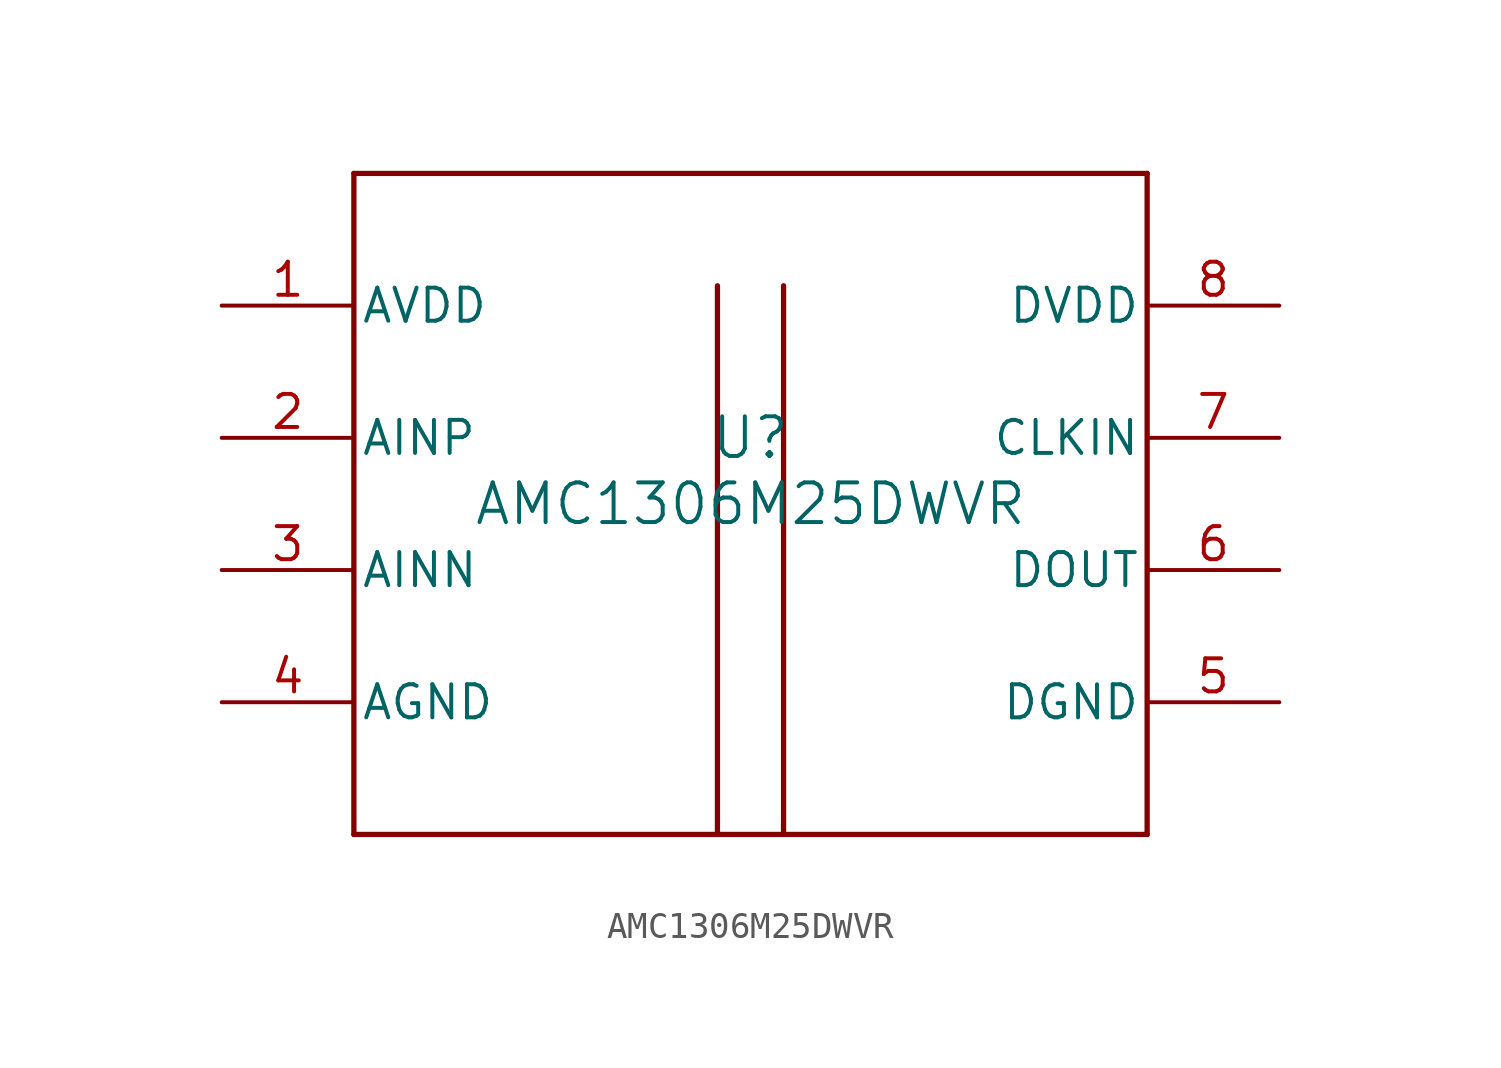
<source format=kicad_sym>
(kicad_symbol_lib
  (version 20211014)
  (generator kicad_symbol_editor)
  (symbol "AMC1306M25DWVR"
    (pin_names
      (offset 0.254))
    (property "Reference" "U"
      (at 0 2.54 0)
      (effects (font (size 1.524 1.524))))
    (property "Value" "AMC1306M25DWVR"
      (at 0 0 0)
      (effects (font (size 1.524 1.524))))
    (property "ki_locked" ""
      (at 0 0 0)
      (effects (font (size 1.27 1.27))))
    (symbol "AMC1306M25DWVR_0_1"
      (polyline (pts (xy -15.24 -12.7) (xy 15.24 -12.7)) (stroke (width 0.203) (type default) (color 0 0 0 0)) (fill (type none)))
      (polyline (pts (xy -15.24 12.7) (xy -15.24 -12.7)) (stroke (width 0.203) (type default) (color 0 0 0 0)) (fill (type none)))
      (polyline (pts (xy -1.27 -12.7) (xy -1.27 8.382)) (stroke (width 0.203) (type default) (color 0 0 0 0)) (fill (type none)))
      (polyline (pts (xy 1.27 -12.7) (xy 1.27 8.382)) (stroke (width 0.203) (type default) (color 0 0 0 0)) (fill (type none)))
      (polyline (pts (xy 15.24 -12.7) (xy 15.24 12.7)) (stroke (width 0.203) (type default) (color 0 0 0 0)) (fill (type none)))
      (polyline (pts (xy 15.24 12.7) (xy -15.24 12.7)) (stroke (width 0.203) (type default) (color 0 0 0 0)) (fill (type none)))
      (pin power_in line (at -20.32 7.62 0) (length 5.08) (name "AVDD" (effects (font (size 1.27 1.27)))) (number "1" (effects (font (size 1.27 1.27)))))
      (pin input line (at -20.32 2.54 0) (length 5.08) (name "AINP" (effects (font (size 1.27 1.27)))) (number "2" (effects (font (size 1.27 1.27)))))
      (pin input line (at -20.32 -2.54 0) (length 5.08) (name "AINN" (effects (font (size 1.27 1.27)))) (number "3" (effects (font (size 1.27 1.27)))))
      (pin power_in line (at -20.32 -7.62 0) (length 5.08) (name "AGND" (effects (font (size 1.27 1.27)))) (number "4" (effects (font (size 1.27 1.27)))))
      (pin power_in line (at 20.32 -7.62 180) (length 5.08) (name "DGND" (effects (font (size 1.27 1.27)))) (number "5" (effects (font (size 1.27 1.27)))))
      (pin output line (at 20.32 -2.54 180) (length 5.08) (name "DOUT" (effects (font (size 1.27 1.27)))) (number "6" (effects (font (size 1.27 1.27)))))
      (pin input line (at 20.32 2.54 180) (length 5.08) (name "CLKIN" (effects (font (size 1.27 1.27)))) (number "7" (effects (font (size 1.27 1.27)))))
      (pin power_in line (at 20.32 7.62 180) (length 5.08) (name "DVDD" (effects (font (size 1.27 1.27)))) (number "8" (effects (font (size 1.27 1.27))))))))
</source>
